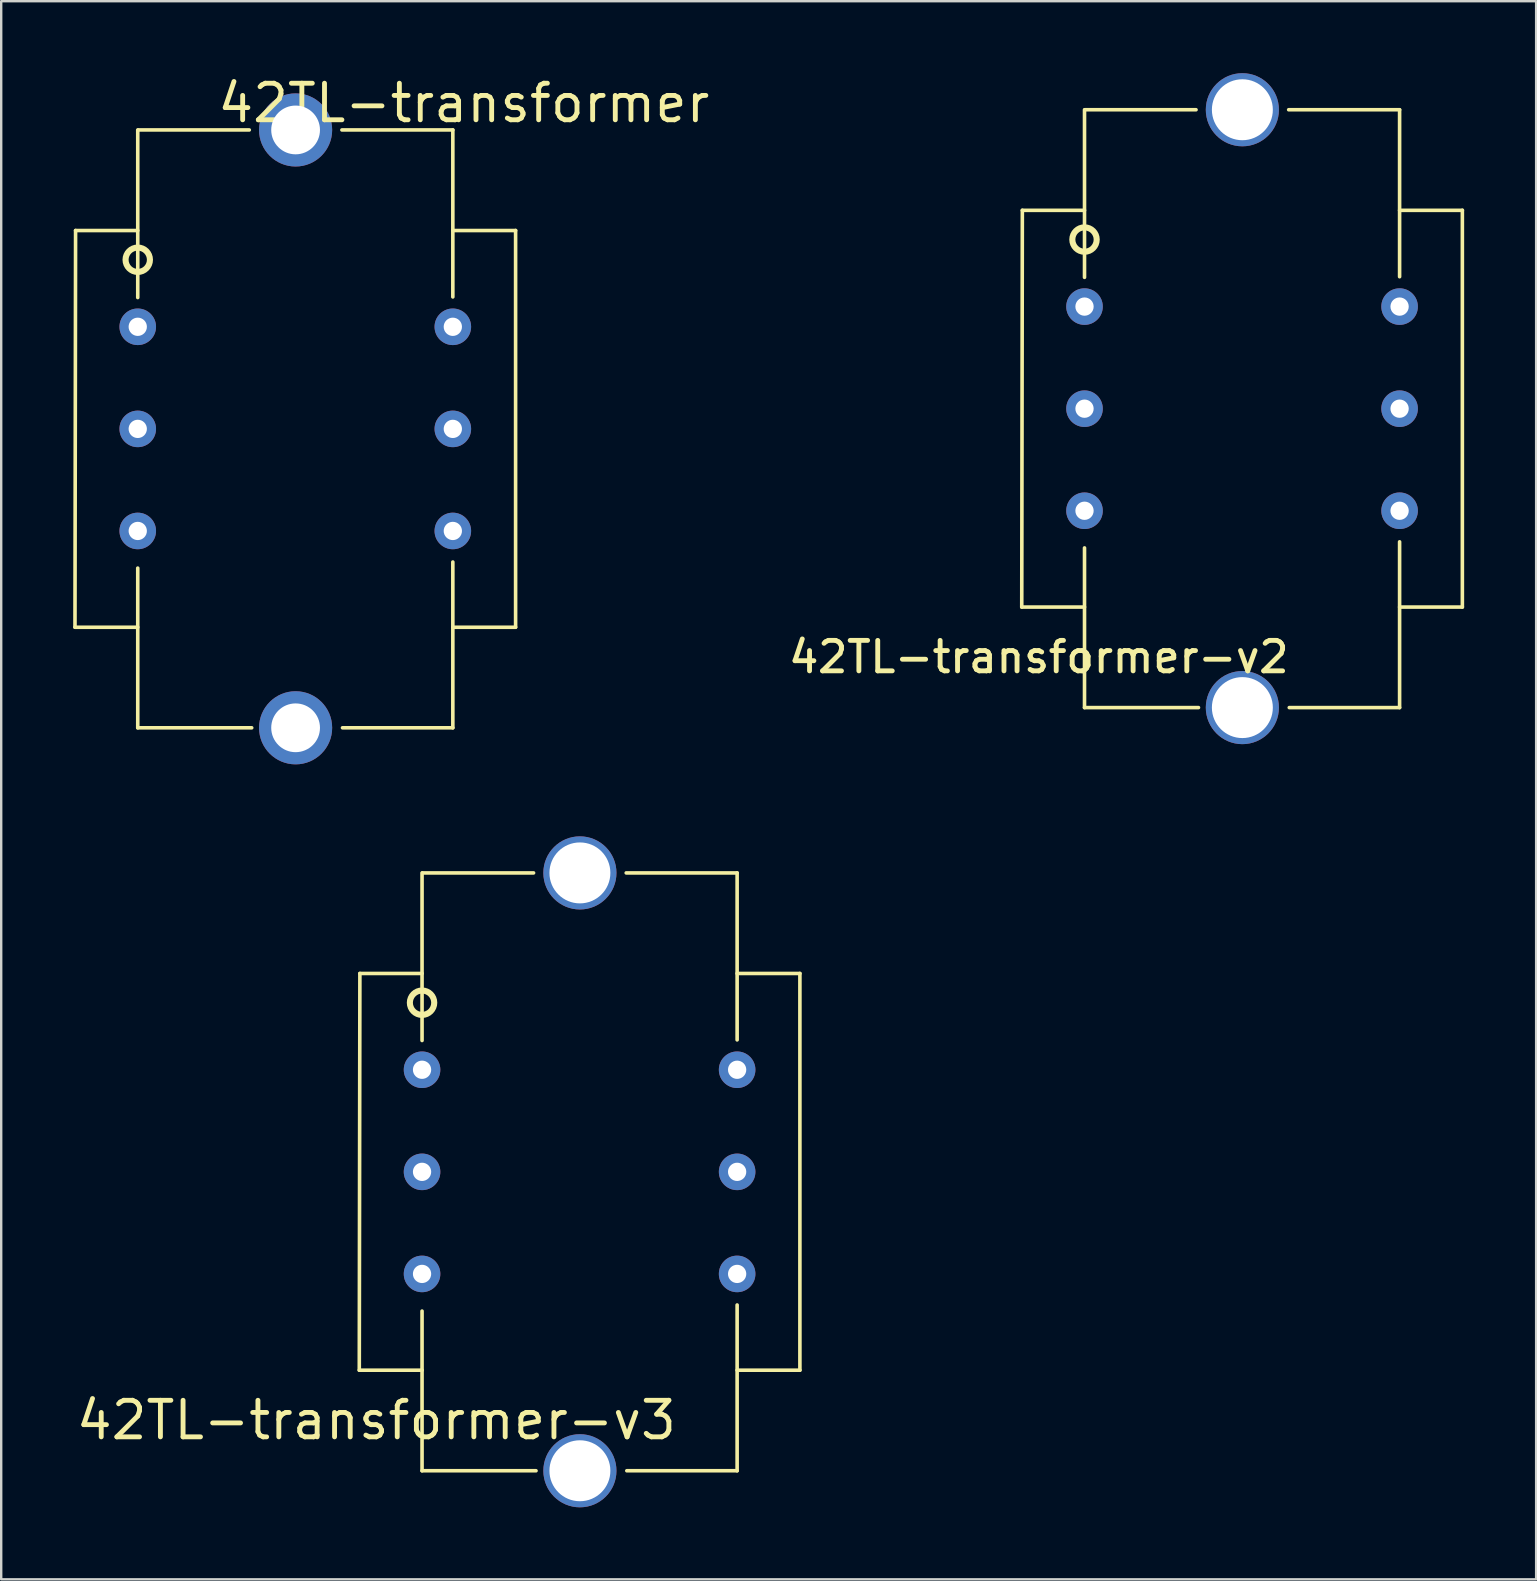
<source format=kicad_pcb>
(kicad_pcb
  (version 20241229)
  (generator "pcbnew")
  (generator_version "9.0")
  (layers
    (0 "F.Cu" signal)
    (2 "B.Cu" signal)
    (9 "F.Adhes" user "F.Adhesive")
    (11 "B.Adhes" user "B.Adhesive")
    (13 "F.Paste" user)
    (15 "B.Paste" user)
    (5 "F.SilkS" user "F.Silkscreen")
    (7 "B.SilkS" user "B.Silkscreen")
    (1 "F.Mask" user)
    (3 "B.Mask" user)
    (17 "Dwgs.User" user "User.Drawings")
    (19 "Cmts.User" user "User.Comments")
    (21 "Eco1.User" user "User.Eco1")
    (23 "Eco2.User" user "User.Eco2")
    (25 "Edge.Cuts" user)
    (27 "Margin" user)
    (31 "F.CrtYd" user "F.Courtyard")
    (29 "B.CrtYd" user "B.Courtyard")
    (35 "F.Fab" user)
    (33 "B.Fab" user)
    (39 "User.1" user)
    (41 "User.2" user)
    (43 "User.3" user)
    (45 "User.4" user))
  (footprint "42TL-transformer-v3"
    (layer "F.Cu")
    (at 14.54 41.535)
    (property "Reference" "42TL-transformer-v3" (at -1.905 14.605 0) (layer "F.SilkS") (effects (font (size 1.524 1.524) (thickness 0.203))))
    (attr through_hole)
    (fp_line (start -2.616 12.522) (end 0 12.522) (stroke (width 0.15) (type solid)) (layer "F.SilkS"))
    (fp_line (start -2.591 -4.013) (end -2.616 12.522) (stroke (width 0.15) (type solid)) (layer "F.SilkS"))
    (fp_line (start -2.591 -4.013) (end 0 -4.013) (stroke (width 0.15) (type solid)) (layer "F.SilkS"))
    (fp_line (start 0 -1.219) (end 0 -8.204) (stroke (width 0.15) (type solid)) (layer "F.SilkS"))
    (fp_line (start 0 10.058) (end 0 16.713) (stroke (width 0.15) (type solid)) (layer "F.SilkS"))
    (fp_line (start 0 16.713) (end 4.75 16.713) (stroke (width 0.15) (type solid)) (layer "F.SilkS"))
    (fp_line (start 0.025 -8.204) (end 4.648 -8.204) (stroke (width 0.15) (type solid)) (layer "F.SilkS"))
    (fp_line (start 8.509 -8.204) (end 13.132 -8.204) (stroke (width 0.15) (type solid)) (layer "F.SilkS"))
    (fp_line (start 13.132 -4.013) (end 15.748 -4.013) (stroke (width 0.15) (type solid)) (layer "F.SilkS"))
    (fp_line (start 13.132 -1.245) (end 13.132 -8.204) (stroke (width 0.15) (type solid)) (layer "F.SilkS"))
    (fp_line (start 13.132 9.804) (end 13.132 16.713) (stroke (width 0.15) (type solid)) (layer "F.SilkS"))
    (fp_line (start 13.132 12.522) (end 15.748 12.522) (stroke (width 0.15) (type solid)) (layer "F.SilkS"))
    (fp_line (start 13.132 16.713) (end 8.534 16.713) (stroke (width 0.15) (type solid)) (layer "F.SilkS"))
    (fp_line (start 15.748 -4.013) (end 15.748 12.522) (stroke (width 0.15) (type solid)) (layer "F.SilkS"))
    (fp_circle (center 0 -2.794) (end 0.508 -2.794) (stroke (width 0.254) (type solid)) (fill no) (layer "F.SilkS"))
    (pad "1" thru_hole circle (at 0 0) (size 1.524 1.524) (drill 0.762) (layers "*.Cu" "*.Mask"))
    (pad "2" thru_hole circle (at 0 4.255) (size 1.524 1.524) (drill 0.762) (layers "*.Cu" "*.Mask"))
    (pad "3" thru_hole circle (at 0 8.509) (size 1.524 1.524) (drill 0.762) (layers "*.Cu" "*.Mask"))
    (pad "4" thru_hole circle (at 13.132 8.509) (size 1.524 1.524) (drill 0.762) (layers "*.Cu" "*.Mask"))
    (pad "5" thru_hole circle (at 13.132 4.255) (size 1.524 1.524) (drill 0.762) (layers "*.Cu" "*.Mask"))
    (pad "6" thru_hole circle (at 13.132 0) (size 1.524 1.524) (drill 0.762) (layers "*.Cu" "*.Mask"))
    (pad "7" thru_hole circle (at 6.579 -8.204) (size 3.048 3.048) (drill 2.54) (layers "*.Cu" "*.Mask"))
    (pad "8" thru_hole circle (at 6.579 16.713) (size 3.048 3.048) (drill 2.54) (layers "*.Cu" "*.Mask")))
  (footprint "42TL-transformer-v2"
    (layer "F.Cu")
    (at 42.15 9.728)
    (property "Reference" "42TL-transformer-v2" (at -1.905 14.605 0) (layer "F.SilkS") (effects (font (size 1.27 1.27) (thickness 0.203))))
    (attr through_hole)
    (fp_line (start -2.616 12.522) (end 0 12.522) (stroke (width 0.15) (type solid)) (layer "F.SilkS"))
    (fp_line (start -2.591 -4.013) (end -2.616 12.522) (stroke (width 0.15) (type solid)) (layer "F.SilkS"))
    (fp_line (start -2.591 -4.013) (end 0 -4.013) (stroke (width 0.15) (type solid)) (layer "F.SilkS"))
    (fp_line (start 0 -1.219) (end 0 -8.204) (stroke (width 0.15) (type solid)) (layer "F.SilkS"))
    (fp_line (start 0 10.058) (end 0 16.713) (stroke (width 0.15) (type solid)) (layer "F.SilkS"))
    (fp_line (start 0 16.713) (end 4.75 16.713) (stroke (width 0.15) (type solid)) (layer "F.SilkS"))
    (fp_line (start 0.025 -8.204) (end 4.648 -8.204) (stroke (width 0.15) (type solid)) (layer "F.SilkS"))
    (fp_line (start 8.509 -8.204) (end 13.132 -8.204) (stroke (width 0.15) (type solid)) (layer "F.SilkS"))
    (fp_line (start 13.132 -4.013) (end 15.748 -4.013) (stroke (width 0.15) (type solid)) (layer "F.SilkS"))
    (fp_line (start 13.132 -1.245) (end 13.132 -8.204) (stroke (width 0.15) (type solid)) (layer "F.SilkS"))
    (fp_line (start 13.132 9.804) (end 13.132 16.713) (stroke (width 0.15) (type solid)) (layer "F.SilkS"))
    (fp_line (start 13.132 12.522) (end 15.748 12.522) (stroke (width 0.15) (type solid)) (layer "F.SilkS"))
    (fp_line (start 13.132 16.713) (end 8.534 16.713) (stroke (width 0.15) (type solid)) (layer "F.SilkS"))
    (fp_line (start 15.748 -4.013) (end 15.748 12.522) (stroke (width 0.15) (type solid)) (layer "F.SilkS"))
    (fp_circle (center 0 -2.794) (end 0.508 -2.794) (stroke (width 0.254) (type solid)) (fill no) (layer "F.SilkS"))
    (pad "1" thru_hole circle (at 0 0) (size 1.524 1.524) (drill 0.762) (layers "*.Cu" "*.Mask"))
    (pad "2" thru_hole circle (at 0 4.255) (size 1.524 1.524) (drill 0.762) (layers "*.Cu" "*.Mask"))
    (pad "3" thru_hole circle (at 0 8.509) (size 1.524 1.524) (drill 0.762) (layers "*.Cu" "*.Mask"))
    (pad "4" thru_hole circle (at 13.132 8.509) (size 1.524 1.524) (drill 0.762) (layers "*.Cu" "*.Mask"))
    (pad "5" thru_hole circle (at 13.132 4.255) (size 1.524 1.524) (drill 0.762) (layers "*.Cu" "*.Mask"))
    (pad "6" thru_hole circle (at 13.132 0) (size 1.524 1.524) (drill 0.762) (layers "*.Cu" "*.Mask"))
    (pad "7" thru_hole circle (at 6.579 -8.204) (size 3.048 3.048) (drill 2.54) (layers "*.Cu" "*.Mask"))
    (pad "8" thru_hole circle (at 6.579 16.713) (size 3.048 3.048) (drill 2.54) (layers "*.Cu" "*.Mask")))
  (footprint "42TL-transformer"
    (layer "F.Cu")
    (at 2.691 10.57)
    (property "Reference" "42TL-transformer" (at 13.589 -9.322 0) (layer "F.SilkS") (effects (font (size 1.524 1.524) (thickness 0.203))))
    (attr through_hole)
    (fp_line (start -2.616 12.522) (end 0 12.522) (stroke (width 0.15) (type solid)) (layer "F.SilkS"))
    (fp_line (start -2.591 -4.013) (end -2.616 12.522) (stroke (width 0.15) (type solid)) (layer "F.SilkS"))
    (fp_line (start -2.591 -4.013) (end 0 -4.013) (stroke (width 0.15) (type solid)) (layer "F.SilkS"))
    (fp_line (start 0 -1.219) (end 0 -8.204) (stroke (width 0.15) (type solid)) (layer "F.SilkS"))
    (fp_line (start 0 10.058) (end 0 16.713) (stroke (width 0.15) (type solid)) (layer "F.SilkS"))
    (fp_line (start 0 16.713) (end 4.75 16.713) (stroke (width 0.15) (type solid)) (layer "F.SilkS"))
    (fp_line (start 0.025 -8.204) (end 4.648 -8.204) (stroke (width 0.15) (type solid)) (layer "F.SilkS"))
    (fp_line (start 8.509 -8.204) (end 13.132 -8.204) (stroke (width 0.15) (type solid)) (layer "F.SilkS"))
    (fp_line (start 13.132 -4.013) (end 15.748 -4.013) (stroke (width 0.15) (type solid)) (layer "F.SilkS"))
    (fp_line (start 13.132 -1.245) (end 13.132 -8.204) (stroke (width 0.15) (type solid)) (layer "F.SilkS"))
    (fp_line (start 13.132 9.804) (end 13.132 16.713) (stroke (width 0.15) (type solid)) (layer "F.SilkS"))
    (fp_line (start 13.132 12.522) (end 15.748 12.522) (stroke (width 0.15) (type solid)) (layer "F.SilkS"))
    (fp_line (start 13.132 16.713) (end 8.534 16.713) (stroke (width 0.15) (type solid)) (layer "F.SilkS"))
    (fp_line (start 15.748 -4.013) (end 15.748 12.522) (stroke (width 0.15) (type solid)) (layer "F.SilkS"))
    (fp_circle (center 0 -2.794) (end 0.508 -2.794) (stroke (width 0.254) (type solid)) (fill no) (layer "F.SilkS"))
    (pad "1" thru_hole circle (at 0 0) (size 1.524 1.524) (drill 0.762) (layers "*.Cu" "*.Mask"))
    (pad "2" thru_hole circle (at 0 4.255) (size 1.524 1.524) (drill 0.762) (layers "*.Cu" "*.Mask"))
    (pad "3" thru_hole circle (at 0 8.509) (size 1.524 1.524) (drill 0.762) (layers "*.Cu" "*.Mask"))
    (pad "4" thru_hole circle (at 13.132 8.509) (size 1.524 1.524) (drill 0.762) (layers "*.Cu" "*.Mask"))
    (pad "5" thru_hole circle (at 13.132 4.255) (size 1.524 1.524) (drill 0.762) (layers "*.Cu" "*.Mask"))
    (pad "6" thru_hole circle (at 13.132 0) (size 1.524 1.524) (drill 0.762) (layers "*.Cu" "*.Mask"))
    (pad "7" thru_hole circle (at 6.579 -8.204) (size 3.048 3.048) (drill 2.032) (layers "*.Cu" "*.Mask"))
    (pad "8" thru_hole circle (at 6.579 16.713) (size 3.048 3.048) (drill 2.032) (layers "*.Cu" "*.Mask")))
  (gr_rect
    (start -3 -3)
    (end 60.973 62.773)
    (stroke (width 0.1) (type default))
    (fill no)
    (layer "Edge.Cuts")))
</source>
